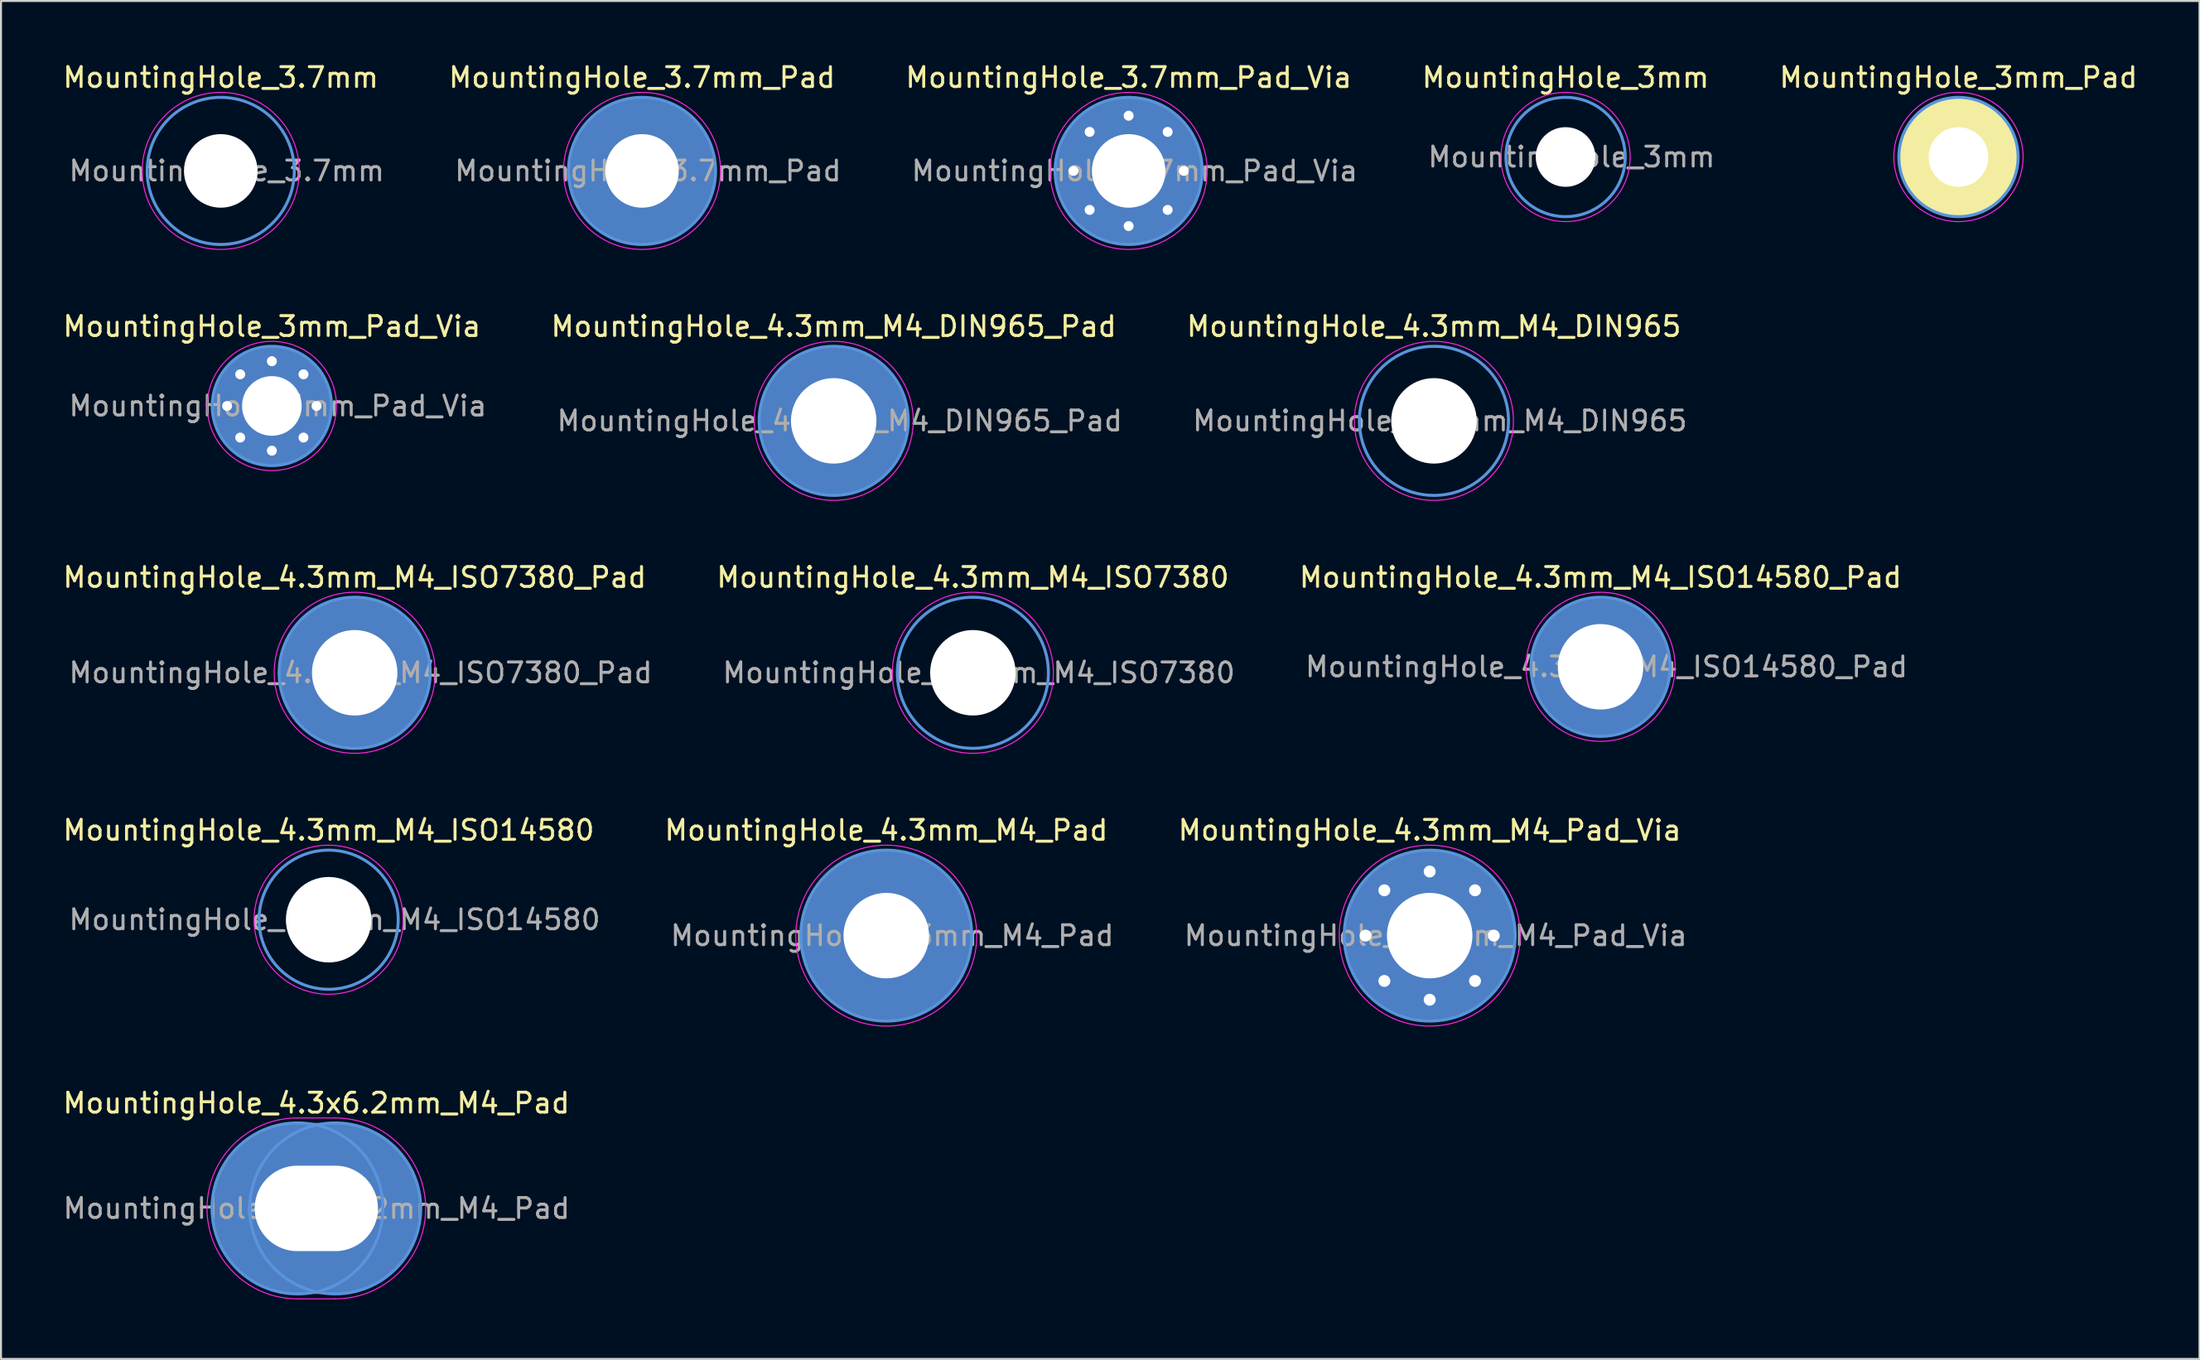
<source format=kicad_pcb>
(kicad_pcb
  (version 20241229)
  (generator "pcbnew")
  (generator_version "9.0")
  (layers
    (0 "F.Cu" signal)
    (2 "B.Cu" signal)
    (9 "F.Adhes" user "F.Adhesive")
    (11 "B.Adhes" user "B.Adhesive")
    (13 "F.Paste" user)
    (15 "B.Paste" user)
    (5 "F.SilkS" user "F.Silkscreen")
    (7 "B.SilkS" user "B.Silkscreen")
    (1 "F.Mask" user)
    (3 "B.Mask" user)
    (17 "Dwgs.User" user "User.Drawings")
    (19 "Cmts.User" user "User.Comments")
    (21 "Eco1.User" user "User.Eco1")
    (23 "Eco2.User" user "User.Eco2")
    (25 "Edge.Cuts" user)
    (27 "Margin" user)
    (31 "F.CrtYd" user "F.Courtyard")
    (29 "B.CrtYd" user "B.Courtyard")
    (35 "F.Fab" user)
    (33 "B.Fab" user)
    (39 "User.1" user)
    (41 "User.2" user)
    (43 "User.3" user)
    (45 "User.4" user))
  (footprint "MountingHole_3.7mm_Pad_Via"
    (layer "F.Cu")
    (at 53.725 5.548)
    (property "Reference" "MountingHole_3.7mm_Pad_Via" (at 0 -4.7 0) (layer "F.SilkS") (effects (font (size 1 1) (thickness 0.15))))
    (attr through_hole)
    (fp_circle (center 0 0) (end 3.7 0) (stroke (width 0.15) (type solid)) (fill no) (layer "Cmts.User"))
    (fp_circle (center 0 0) (end 3.95 0) (stroke (width 0.05) (type solid)) (fill no) (layer "F.CrtYd"))
    (fp_text user "${REFERENCE}" (at 0.3 0 0) (layer "F.Fab") (effects (font (size 1 1) (thickness 0.15))))
    (pad "" thru_hole circle (at -2.775 0) (size 0.6 0.6) (drill 0.5) (layers "*.Cu" "*.Mask"))
    (pad "" thru_hole circle (at -1.962 -1.962) (size 0.6 0.6) (drill 0.5) (layers "*.Cu" "*.Mask"))
    (pad "" thru_hole circle (at -1.962 1.962) (size 0.6 0.6) (drill 0.5) (layers "*.Cu" "*.Mask"))
    (pad "" thru_hole circle (at 0 -2.775) (size 0.6 0.6) (drill 0.5) (layers "*.Cu" "*.Mask"))
    (pad "" thru_hole circle (at 0 2.775) (size 0.6 0.6) (drill 0.5) (layers "*.Cu" "*.Mask"))
    (pad "" thru_hole circle (at 1.962 -1.962) (size 0.6 0.6) (drill 0.5) (layers "*.Cu" "*.Mask"))
    (pad "" thru_hole circle (at 1.962 1.962) (size 0.6 0.6) (drill 0.5) (layers "*.Cu" "*.Mask"))
    (pad "" thru_hole circle (at 2.775 0) (size 0.6 0.6) (drill 0.5) (layers "*.Cu" "*.Mask"))
    (pad "1" thru_hole circle (at 0 0) (size 7.4 7.4) (drill 3.7) (layers "*.Cu" "*.Mask")))
  (footprint "MountingHole_3mm"
    (layer "F.Cu")
    (at 75.704 4.848)
    (property "Reference" "MountingHole_3mm" (at 0 -4 0) (layer "F.SilkS") (effects (font (size 1 1) (thickness 0.15))))
    (attr through_hole)
    (fp_circle (center 0 0) (end 3 0) (stroke (width 0.15) (type solid)) (fill no) (layer "Cmts.User"))
    (fp_circle (center 0 0) (end 3.25 0) (stroke (width 0.05) (type solid)) (fill no) (layer "F.CrtYd"))
    (fp_text user "${REFERENCE}" (at 0.3 0 0) (layer "F.Fab") (effects (font (size 1 1) (thickness 0.15))))
    (pad "" np_thru_hole circle (at 0 0) (size 3 3) (drill 3) (layers "*.Cu" "*.Mask")))
  (footprint "MountingHole_3mm_Pad"
    (layer "F.Cu")
    (at 95.468 4.848)
    (property "Reference" "MountingHole_3mm_Pad" (at 0 -4 0) (layer "F.SilkS") (effects (font (size 1 1) (thickness 0.15))))
    (attr through_hole)
    (fp_circle (center 0 0) (end 3 0) (stroke (width 0.15) (type solid)) (fill no) (layer "Cmts.User"))
    (fp_circle (center 0 0) (end 3.25 0) (stroke (width 0.05) (type solid)) (fill no) (layer "F.CrtYd"))
    (pad "1" thru_hole circle (at 0 0) (size 6 6) (drill 3) (layers "*.Cu" "*.Mask" "F.SilkS")))
  (footprint "MountingHole_4.3x6.2mm_M4_Pad"
    (layer "F.Cu")
    (at 12.863 57.741)
    (property "Reference" "MountingHole_4.3x6.2mm_M4_Pad" (at 0 -5.3 0) (layer "F.SilkS") (effects (font (size 1 1) (thickness 0.15))))
    (attr through_hole)
    (fp_circle (center -0.95 0) (end 3.35 0) (stroke (width 0.15) (type solid)) (fill no) (layer "Cmts.User"))
    (fp_circle (center 0.95 0) (end 5.25 0) (stroke (width 0.15) (type solid)) (fill no) (layer "Cmts.User"))
    (fp_line (start -0.95 -4.55) (end 0.95 -4.55) (stroke (width 0.05) (type solid)) (layer "F.CrtYd"))
    (fp_line (start 0.95 4.55) (end -0.95 4.55) (stroke (width 0.05) (type solid)) (layer "F.CrtYd"))
    (fp_arc (start -0.95 4.55) (mid -5.5 0) (end -0.95 -4.55) (stroke (width 0.05) (type solid)) (layer "F.CrtYd"))
    (fp_arc (start 0.95 -4.55) (mid 5.5 0) (end 0.95 4.55) (stroke (width 0.05) (type solid)) (layer "F.CrtYd"))
    (fp_text user "${REFERENCE}" (at 0.01 0 0) (layer "F.Fab") (effects (font (size 1 1) (thickness 0.15))))
    (pad "1" thru_hole oval (at 0 0) (size 10.4 8.6) (drill oval 6.2 4.3) (layers "*.Cu" "*.Mask")))
  (footprint "MountingHole_3mm_Pad_Via"
    (layer "F.Cu")
    (at 10.625 17.372)
    (property "Reference" "MountingHole_3mm_Pad_Via" (at 0 -4 0) (layer "F.SilkS") (effects (font (size 1 1) (thickness 0.15))))
    (attr through_hole)
    (fp_circle (center 0 0) (end 3 0) (stroke (width 0.15) (type solid)) (fill no) (layer "Cmts.User"))
    (fp_circle (center 0 0) (end 3.25 0) (stroke (width 0.05) (type solid)) (fill no) (layer "F.CrtYd"))
    (fp_text user "${REFERENCE}" (at 0.3 0 0) (layer "F.Fab") (effects (font (size 1 1) (thickness 0.15))))
    (pad "" thru_hole circle (at -2.25 0) (size 0.6 0.6) (drill 0.5) (layers "*.Cu" "*.Mask"))
    (pad "" thru_hole circle (at -1.591 -1.591) (size 0.6 0.6) (drill 0.5) (layers "*.Cu" "*.Mask"))
    (pad "" thru_hole circle (at -1.591 1.591) (size 0.6 0.6) (drill 0.5) (layers "*.Cu" "*.Mask"))
    (pad "" thru_hole circle (at 0 -2.25) (size 0.6 0.6) (drill 0.5) (layers "*.Cu" "*.Mask"))
    (pad "" thru_hole circle (at 0 2.25) (size 0.6 0.6) (drill 0.5) (layers "*.Cu" "*.Mask"))
    (pad "" thru_hole circle (at 1.591 -1.591) (size 0.6 0.6) (drill 0.5) (layers "*.Cu" "*.Mask"))
    (pad "" thru_hole circle (at 1.591 1.591) (size 0.6 0.6) (drill 0.5) (layers "*.Cu" "*.Mask"))
    (pad "" thru_hole circle (at 2.25 0) (size 0.6 0.6) (drill 0.5) (layers "*.Cu" "*.Mask"))
    (pad "1" thru_hole circle (at 0 0) (size 6 6) (drill 3) (layers "*.Cu" "*.Mask")))
  (footprint "MountingHole_4.3mm_M4_ISO14580_Pad"
    (layer "F.Cu")
    (at 77.463 30.495)
    (property "Reference" "MountingHole_4.3mm_M4_ISO14580_Pad" (at 0 -4.5 0) (layer "F.SilkS") (effects (font (size 1 1) (thickness 0.15))))
    (attr through_hole)
    (fp_circle (center 0 0) (end 3.5 0) (stroke (width 0.15) (type solid)) (fill no) (layer "Cmts.User"))
    (fp_circle (center 0 0) (end 3.75 0) (stroke (width 0.05) (type solid)) (fill no) (layer "F.CrtYd"))
    (fp_text user "${REFERENCE}" (at 0.3 0 0) (layer "F.Fab") (effects (font (size 1 1) (thickness 0.15))))
    (pad "1" thru_hole circle (at 0 0) (size 7 7) (drill 4.3) (layers "*.Cu" "*.Mask")))
  (footprint "MountingHole_4.3mm_M4_Pad"
    (layer "F.Cu")
    (at 41.532 44.018)
    (property "Reference" "MountingHole_4.3mm_M4_Pad" (at 0 -5.3 0) (layer "F.SilkS") (effects (font (size 1 1) (thickness 0.15))))
    (attr through_hole)
    (fp_circle (center 0 0) (end 4.3 0) (stroke (width 0.15) (type solid)) (fill no) (layer "Cmts.User"))
    (fp_circle (center 0 0) (end 4.55 0) (stroke (width 0.05) (type solid)) (fill no) (layer "F.CrtYd"))
    (fp_text user "${REFERENCE}" (at 0.3 0 0) (layer "F.Fab") (effects (font (size 1 1) (thickness 0.15))))
    (pad "1" thru_hole circle (at 0 0) (size 8.6 8.6) (drill 4.3) (layers "*.Cu" "*.Mask")))
  (footprint "MountingHole_3.7mm_Pad"
    (layer "F.Cu")
    (at 29.246 5.548)
    (property "Reference" "MountingHole_3.7mm_Pad" (at 0 -4.7 0) (layer "F.SilkS") (effects (font (size 1 1) (thickness 0.15))))
    (attr through_hole)
    (fp_circle (center 0 0) (end 3.7 0) (stroke (width 0.15) (type solid)) (fill no) (layer "Cmts.User"))
    (fp_circle (center 0 0) (end 3.95 0) (stroke (width 0.05) (type solid)) (fill no) (layer "F.CrtYd"))
    (fp_text user "${REFERENCE}" (at 0.3 0 0) (layer "F.Fab") (effects (font (size 1 1) (thickness 0.15))))
    (pad "1" thru_hole circle (at 0 0) (size 7.4 7.4) (drill 3.7) (layers "*.Cu" "*.Mask")))
  (footprint "MountingHole_4.3mm_M4_DIN965_Pad"
    (layer "F.Cu")
    (at 38.889 18.122)
    (property "Reference" "MountingHole_4.3mm_M4_DIN965_Pad" (at 0 -4.75 0) (layer "F.SilkS") (effects (font (size 1 1) (thickness 0.15))))
    (attr through_hole)
    (fp_circle (center 0 0) (end 3.75 0) (stroke (width 0.15) (type solid)) (fill no) (layer "Cmts.User"))
    (fp_circle (center 0 0) (end 4 0) (stroke (width 0.05) (type solid)) (fill no) (layer "F.CrtYd"))
    (fp_text user "${REFERENCE}" (at 0.3 0 0) (layer "F.Fab") (effects (font (size 1 1) (thickness 0.15))))
    (pad "1" thru_hole circle (at 0 0) (size 7.5 7.5) (drill 4.3) (layers "*.Cu" "*.Mask")))
  (footprint "MountingHole_4.3mm_M4_Pad_Via"
    (layer "F.Cu")
    (at 68.868 44.018)
    (property "Reference" "MountingHole_4.3mm_M4_Pad_Via" (at 0 -5.3 0) (layer "F.SilkS") (effects (font (size 1 1) (thickness 0.15))))
    (attr through_hole)
    (fp_circle (center 0 0) (end 4.3 0) (stroke (width 0.15) (type solid)) (fill no) (layer "Cmts.User"))
    (fp_circle (center 0 0) (end 4.55 0) (stroke (width 0.05) (type solid)) (fill no) (layer "F.CrtYd"))
    (fp_text user "${REFERENCE}" (at 0.3 0 0) (layer "F.Fab") (effects (font (size 1 1) (thickness 0.15))))
    (pad "" thru_hole circle (at -3.225 0) (size 0.7 0.7) (drill 0.6) (layers "*.Cu" "*.Mask"))
    (pad "" thru_hole circle (at -2.28 -2.28) (size 0.7 0.7) (drill 0.6) (layers "*.Cu" "*.Mask"))
    (pad "" thru_hole circle (at -2.28 2.28) (size 0.7 0.7) (drill 0.6) (layers "*.Cu" "*.Mask"))
    (pad "" thru_hole circle (at 0 -3.225) (size 0.7 0.7) (drill 0.6) (layers "*.Cu" "*.Mask"))
    (pad "" thru_hole circle (at 0 3.225) (size 0.7 0.7) (drill 0.6) (layers "*.Cu" "*.Mask"))
    (pad "" thru_hole circle (at 2.28 -2.28) (size 0.7 0.7) (drill 0.6) (layers "*.Cu" "*.Mask"))
    (pad "" thru_hole circle (at 2.28 2.28) (size 0.7 0.7) (drill 0.6) (layers "*.Cu" "*.Mask"))
    (pad "" thru_hole circle (at 3.225 0) (size 0.7 0.7) (drill 0.6) (layers "*.Cu" "*.Mask"))
    (pad "1" thru_hole circle (at 0 0) (size 8.6 8.6) (drill 4.3) (layers "*.Cu" "*.Mask")))
  (footprint "MountingHole_4.3mm_M4_DIN965"
    (layer "F.Cu")
    (at 69.082 18.122)
    (property "Reference" "MountingHole_4.3mm_M4_DIN965" (at 0 -4.75 0) (layer "F.SilkS") (effects (font (size 1 1) (thickness 0.15))))
    (attr through_hole)
    (fp_circle (center 0 0) (end 3.75 0) (stroke (width 0.15) (type solid)) (fill no) (layer "Cmts.User"))
    (fp_circle (center 0 0) (end 4 0) (stroke (width 0.05) (type solid)) (fill no) (layer "F.CrtYd"))
    (fp_text user "${REFERENCE}" (at 0.3 0 0) (layer "F.Fab") (effects (font (size 1 1) (thickness 0.15))))
    (pad "" np_thru_hole circle (at 0 0) (size 4.3 4.3) (drill 4.3) (layers "*.Cu" "*.Mask")))
  (footprint "MountingHole_4.3mm_M4_ISO7380_Pad"
    (layer "F.Cu")
    (at 14.792 30.795)
    (property "Reference" "MountingHole_4.3mm_M4_ISO7380_Pad" (at 0 -4.8 0) (layer "F.SilkS") (effects (font (size 1 1) (thickness 0.15))))
    (attr through_hole)
    (fp_circle (center 0 0) (end 3.8 0) (stroke (width 0.15) (type solid)) (fill no) (layer "Cmts.User"))
    (fp_circle (center 0 0) (end 4.05 0) (stroke (width 0.05) (type solid)) (fill no) (layer "F.CrtYd"))
    (fp_text user "${REFERENCE}" (at 0.3 0 0) (layer "F.Fab") (effects (font (size 1 1) (thickness 0.15))))
    (pad "1" thru_hole circle (at 0 0) (size 7.6 7.6) (drill 4.3) (layers "*.Cu" "*.Mask")))
  (footprint "MountingHole_4.3mm_M4_ISO14580"
    (layer "F.Cu")
    (at 13.482 43.218)
    (property "Reference" "MountingHole_4.3mm_M4_ISO14580" (at 0 -4.5 0) (layer "F.SilkS") (effects (font (size 1 1) (thickness 0.15))))
    (attr through_hole)
    (fp_circle (center 0 0) (end 3.5 0) (stroke (width 0.15) (type solid)) (fill no) (layer "Cmts.User"))
    (fp_circle (center 0 0) (end 3.75 0) (stroke (width 0.05) (type solid)) (fill no) (layer "F.CrtYd"))
    (fp_text user "${REFERENCE}" (at 0.3 0 0) (layer "F.Fab") (effects (font (size 1 1) (thickness 0.15))))
    (pad "" np_thru_hole circle (at 0 0) (size 4.3 4.3) (drill 4.3) (layers "*.Cu" "*.Mask")))
  (footprint "MountingHole_3.7mm"
    (layer "F.Cu")
    (at 8.054 5.548)
    (property "Reference" "MountingHole_3.7mm" (at 0 -4.7 0) (layer "F.SilkS") (effects (font (size 1 1) (thickness 0.15))))
    (attr through_hole)
    (fp_circle (center 0 0) (end 3.7 0) (stroke (width 0.15) (type solid)) (fill no) (layer "Cmts.User"))
    (fp_circle (center 0 0) (end 3.95 0) (stroke (width 0.05) (type solid)) (fill no) (layer "F.CrtYd"))
    (fp_text user "${REFERENCE}" (at 0.3 0 0) (layer "F.Fab") (effects (font (size 1 1) (thickness 0.15))))
    (pad "" np_thru_hole circle (at 0 0) (size 3.7 3.7) (drill 3.7) (layers "*.Cu" "*.Mask")))
  (footprint "MountingHole_4.3mm_M4_ISO7380"
    (layer "F.Cu")
    (at 45.889 30.795)
    (property "Reference" "MountingHole_4.3mm_M4_ISO7380" (at 0 -4.8 0) (layer "F.SilkS") (effects (font (size 1 1) (thickness 0.15))))
    (attr through_hole)
    (fp_circle (center 0 0) (end 3.8 0) (stroke (width 0.15) (type solid)) (fill no) (layer "Cmts.User"))
    (fp_circle (center 0 0) (end 4.05 0) (stroke (width 0.05) (type solid)) (fill no) (layer "F.CrtYd"))
    (fp_text user "${REFERENCE}" (at 0.3 0 0) (layer "F.Fab") (effects (font (size 1 1) (thickness 0.15))))
    (pad "" np_thru_hole circle (at 0 0) (size 4.3 4.3) (drill 4.3) (layers "*.Cu" "*.Mask")))
  (gr_rect
    (start -3 -3)
    (end 107.593 65.316)
    (stroke (width 0.1) (type default))
    (fill no)
    (layer "Edge.Cuts")))
</source>
